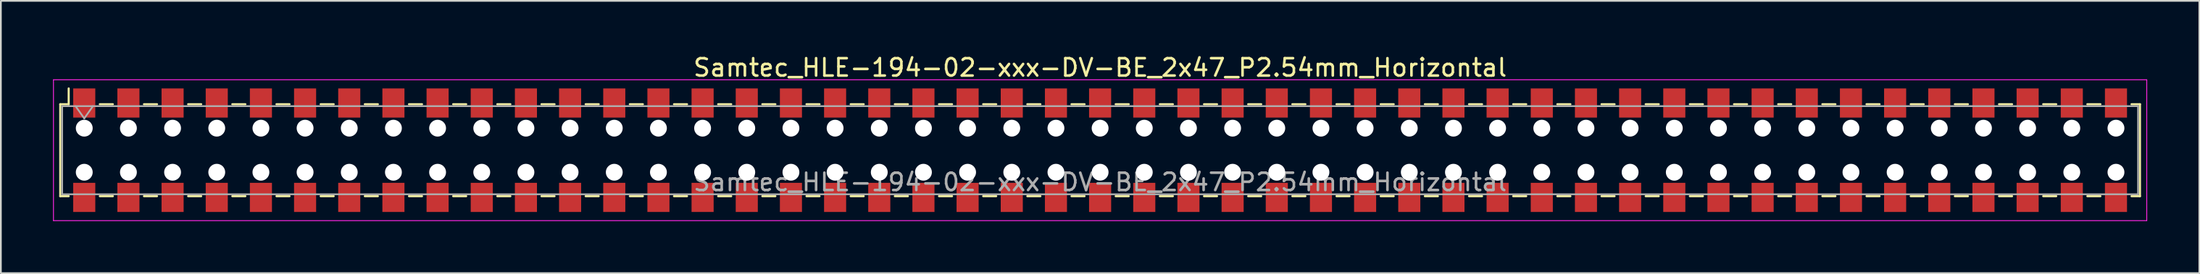
<source format=kicad_pcb>
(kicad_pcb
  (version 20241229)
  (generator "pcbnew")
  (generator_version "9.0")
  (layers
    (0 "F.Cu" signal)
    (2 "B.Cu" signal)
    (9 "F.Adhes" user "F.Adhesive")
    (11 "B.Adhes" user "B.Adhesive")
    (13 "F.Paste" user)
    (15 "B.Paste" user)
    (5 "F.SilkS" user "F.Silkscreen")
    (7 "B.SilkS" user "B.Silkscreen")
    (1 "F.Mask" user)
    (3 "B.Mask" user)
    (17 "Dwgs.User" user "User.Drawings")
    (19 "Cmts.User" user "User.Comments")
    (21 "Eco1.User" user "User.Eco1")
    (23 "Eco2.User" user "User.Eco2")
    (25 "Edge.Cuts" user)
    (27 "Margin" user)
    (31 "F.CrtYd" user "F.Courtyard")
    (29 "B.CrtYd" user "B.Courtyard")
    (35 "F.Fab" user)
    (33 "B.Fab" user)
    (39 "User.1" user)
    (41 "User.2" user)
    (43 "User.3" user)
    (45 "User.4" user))
  (footprint "Samtec_HLE-194-02-xxx-DV-BE_2x47_P2.54mm_Horizontal"
    (layer "F.Cu")
    (at 60.215 5.608)
    (property "Reference" "Samtec_HLE-194-02-xxx-DV-BE_2x47_P2.54mm_Horizontal" (at 0 -4.76 0) (layer "F.SilkS") (effects (font (size 1 1) (thickness 0.15))))
    (attr smd)
    (fp_line (start -59.8 -2.65) (end -59.8 2.65) (stroke (width 0.12) (type solid)) (layer "F.SilkS"))
    (fp_line (start -59.8 2.65) (end -59.315 2.65) (stroke (width 0.12) (type solid)) (layer "F.SilkS"))
    (fp_line (start -59.315 -3.56) (end -59.315 -2.65) (stroke (width 0.12) (type solid)) (layer "F.SilkS"))
    (fp_line (start -59.315 -2.65) (end -59.8 -2.65) (stroke (width 0.12) (type solid)) (layer "F.SilkS"))
    (fp_line (start -57.525 -2.65) (end -56.775 -2.65) (stroke (width 0.12) (type solid)) (layer "F.SilkS"))
    (fp_line (start -57.525 2.65) (end -56.775 2.65) (stroke (width 0.12) (type solid)) (layer "F.SilkS"))
    (fp_line (start -54.985 -2.65) (end -54.235 -2.65) (stroke (width 0.12) (type solid)) (layer "F.SilkS"))
    (fp_line (start -54.985 2.65) (end -54.235 2.65) (stroke (width 0.12) (type solid)) (layer "F.SilkS"))
    (fp_line (start -52.445 -2.65) (end -51.695 -2.65) (stroke (width 0.12) (type solid)) (layer "F.SilkS"))
    (fp_line (start -52.445 2.65) (end -51.695 2.65) (stroke (width 0.12) (type solid)) (layer "F.SilkS"))
    (fp_line (start -49.905 -2.65) (end -49.155 -2.65) (stroke (width 0.12) (type solid)) (layer "F.SilkS"))
    (fp_line (start -49.905 2.65) (end -49.155 2.65) (stroke (width 0.12) (type solid)) (layer "F.SilkS"))
    (fp_line (start -47.365 -2.65) (end -46.615 -2.65) (stroke (width 0.12) (type solid)) (layer "F.SilkS"))
    (fp_line (start -47.365 2.65) (end -46.615 2.65) (stroke (width 0.12) (type solid)) (layer "F.SilkS"))
    (fp_line (start -44.825 -2.65) (end -44.075 -2.65) (stroke (width 0.12) (type solid)) (layer "F.SilkS"))
    (fp_line (start -44.825 2.65) (end -44.075 2.65) (stroke (width 0.12) (type solid)) (layer "F.SilkS"))
    (fp_line (start -42.285 -2.65) (end -41.535 -2.65) (stroke (width 0.12) (type solid)) (layer "F.SilkS"))
    (fp_line (start -42.285 2.65) (end -41.535 2.65) (stroke (width 0.12) (type solid)) (layer "F.SilkS"))
    (fp_line (start -39.745 -2.65) (end -38.995 -2.65) (stroke (width 0.12) (type solid)) (layer "F.SilkS"))
    (fp_line (start -39.745 2.65) (end -38.995 2.65) (stroke (width 0.12) (type solid)) (layer "F.SilkS"))
    (fp_line (start -37.205 -2.65) (end -36.455 -2.65) (stroke (width 0.12) (type solid)) (layer "F.SilkS"))
    (fp_line (start -37.205 2.65) (end -36.455 2.65) (stroke (width 0.12) (type solid)) (layer "F.SilkS"))
    (fp_line (start -34.665 -2.65) (end -33.915 -2.65) (stroke (width 0.12) (type solid)) (layer "F.SilkS"))
    (fp_line (start -34.665 2.65) (end -33.915 2.65) (stroke (width 0.12) (type solid)) (layer "F.SilkS"))
    (fp_line (start -32.125 -2.65) (end -31.375 -2.65) (stroke (width 0.12) (type solid)) (layer "F.SilkS"))
    (fp_line (start -32.125 2.65) (end -31.375 2.65) (stroke (width 0.12) (type solid)) (layer "F.SilkS"))
    (fp_line (start -29.585 -2.65) (end -28.835 -2.65) (stroke (width 0.12) (type solid)) (layer "F.SilkS"))
    (fp_line (start -29.585 2.65) (end -28.835 2.65) (stroke (width 0.12) (type solid)) (layer "F.SilkS"))
    (fp_line (start -27.045 -2.65) (end -26.295 -2.65) (stroke (width 0.12) (type solid)) (layer "F.SilkS"))
    (fp_line (start -27.045 2.65) (end -26.295 2.65) (stroke (width 0.12) (type solid)) (layer "F.SilkS"))
    (fp_line (start -24.505 -2.65) (end -23.755 -2.65) (stroke (width 0.12) (type solid)) (layer "F.SilkS"))
    (fp_line (start -24.505 2.65) (end -23.755 2.65) (stroke (width 0.12) (type solid)) (layer "F.SilkS"))
    (fp_line (start -21.965 -2.65) (end -21.215 -2.65) (stroke (width 0.12) (type solid)) (layer "F.SilkS"))
    (fp_line (start -21.965 2.65) (end -21.215 2.65) (stroke (width 0.12) (type solid)) (layer "F.SilkS"))
    (fp_line (start -19.425 -2.65) (end -18.675 -2.65) (stroke (width 0.12) (type solid)) (layer "F.SilkS"))
    (fp_line (start -19.425 2.65) (end -18.675 2.65) (stroke (width 0.12) (type solid)) (layer "F.SilkS"))
    (fp_line (start -16.885 -2.65) (end -16.135 -2.65) (stroke (width 0.12) (type solid)) (layer "F.SilkS"))
    (fp_line (start -16.885 2.65) (end -16.135 2.65) (stroke (width 0.12) (type solid)) (layer "F.SilkS"))
    (fp_line (start -14.345 -2.65) (end -13.595 -2.65) (stroke (width 0.12) (type solid)) (layer "F.SilkS"))
    (fp_line (start -14.345 2.65) (end -13.595 2.65) (stroke (width 0.12) (type solid)) (layer "F.SilkS"))
    (fp_line (start -11.805 -2.65) (end -11.055 -2.65) (stroke (width 0.12) (type solid)) (layer "F.SilkS"))
    (fp_line (start -11.805 2.65) (end -11.055 2.65) (stroke (width 0.12) (type solid)) (layer "F.SilkS"))
    (fp_line (start -9.265 -2.65) (end -8.515 -2.65) (stroke (width 0.12) (type solid)) (layer "F.SilkS"))
    (fp_line (start -9.265 2.65) (end -8.515 2.65) (stroke (width 0.12) (type solid)) (layer "F.SilkS"))
    (fp_line (start -6.725 -2.65) (end -5.975 -2.65) (stroke (width 0.12) (type solid)) (layer "F.SilkS"))
    (fp_line (start -6.725 2.65) (end -5.975 2.65) (stroke (width 0.12) (type solid)) (layer "F.SilkS"))
    (fp_line (start -4.185 -2.65) (end -3.435 -2.65) (stroke (width 0.12) (type solid)) (layer "F.SilkS"))
    (fp_line (start -4.185 2.65) (end -3.435 2.65) (stroke (width 0.12) (type solid)) (layer "F.SilkS"))
    (fp_line (start -1.645 -2.65) (end -0.895 -2.65) (stroke (width 0.12) (type solid)) (layer "F.SilkS"))
    (fp_line (start -1.645 2.65) (end -0.895 2.65) (stroke (width 0.12) (type solid)) (layer "F.SilkS"))
    (fp_line (start 0.895 -2.65) (end 1.645 -2.65) (stroke (width 0.12) (type solid)) (layer "F.SilkS"))
    (fp_line (start 0.895 2.65) (end 1.645 2.65) (stroke (width 0.12) (type solid)) (layer "F.SilkS"))
    (fp_line (start 3.435 -2.65) (end 4.185 -2.65) (stroke (width 0.12) (type solid)) (layer "F.SilkS"))
    (fp_line (start 3.435 2.65) (end 4.185 2.65) (stroke (width 0.12) (type solid)) (layer "F.SilkS"))
    (fp_line (start 5.975 -2.65) (end 6.725 -2.65) (stroke (width 0.12) (type solid)) (layer "F.SilkS"))
    (fp_line (start 5.975 2.65) (end 6.725 2.65) (stroke (width 0.12) (type solid)) (layer "F.SilkS"))
    (fp_line (start 8.515 -2.65) (end 9.265 -2.65) (stroke (width 0.12) (type solid)) (layer "F.SilkS"))
    (fp_line (start 8.515 2.65) (end 9.265 2.65) (stroke (width 0.12) (type solid)) (layer "F.SilkS"))
    (fp_line (start 11.055 -2.65) (end 11.805 -2.65) (stroke (width 0.12) (type solid)) (layer "F.SilkS"))
    (fp_line (start 11.055 2.65) (end 11.805 2.65) (stroke (width 0.12) (type solid)) (layer "F.SilkS"))
    (fp_line (start 13.595 -2.65) (end 14.345 -2.65) (stroke (width 0.12) (type solid)) (layer "F.SilkS"))
    (fp_line (start 13.595 2.65) (end 14.345 2.65) (stroke (width 0.12) (type solid)) (layer "F.SilkS"))
    (fp_line (start 16.135 -2.65) (end 16.885 -2.65) (stroke (width 0.12) (type solid)) (layer "F.SilkS"))
    (fp_line (start 16.135 2.65) (end 16.885 2.65) (stroke (width 0.12) (type solid)) (layer "F.SilkS"))
    (fp_line (start 18.675 -2.65) (end 19.425 -2.65) (stroke (width 0.12) (type solid)) (layer "F.SilkS"))
    (fp_line (start 18.675 2.65) (end 19.425 2.65) (stroke (width 0.12) (type solid)) (layer "F.SilkS"))
    (fp_line (start 21.215 -2.65) (end 21.965 -2.65) (stroke (width 0.12) (type solid)) (layer "F.SilkS"))
    (fp_line (start 21.215 2.65) (end 21.965 2.65) (stroke (width 0.12) (type solid)) (layer "F.SilkS"))
    (fp_line (start 23.755 -2.65) (end 24.505 -2.65) (stroke (width 0.12) (type solid)) (layer "F.SilkS"))
    (fp_line (start 23.755 2.65) (end 24.505 2.65) (stroke (width 0.12) (type solid)) (layer "F.SilkS"))
    (fp_line (start 26.295 -2.65) (end 27.045 -2.65) (stroke (width 0.12) (type solid)) (layer "F.SilkS"))
    (fp_line (start 26.295 2.65) (end 27.045 2.65) (stroke (width 0.12) (type solid)) (layer "F.SilkS"))
    (fp_line (start 28.835 -2.65) (end 29.585 -2.65) (stroke (width 0.12) (type solid)) (layer "F.SilkS"))
    (fp_line (start 28.835 2.65) (end 29.585 2.65) (stroke (width 0.12) (type solid)) (layer "F.SilkS"))
    (fp_line (start 31.375 -2.65) (end 32.125 -2.65) (stroke (width 0.12) (type solid)) (layer "F.SilkS"))
    (fp_line (start 31.375 2.65) (end 32.125 2.65) (stroke (width 0.12) (type solid)) (layer "F.SilkS"))
    (fp_line (start 33.915 -2.65) (end 34.665 -2.65) (stroke (width 0.12) (type solid)) (layer "F.SilkS"))
    (fp_line (start 33.915 2.65) (end 34.665 2.65) (stroke (width 0.12) (type solid)) (layer "F.SilkS"))
    (fp_line (start 36.455 -2.65) (end 37.205 -2.65) (stroke (width 0.12) (type solid)) (layer "F.SilkS"))
    (fp_line (start 36.455 2.65) (end 37.205 2.65) (stroke (width 0.12) (type solid)) (layer "F.SilkS"))
    (fp_line (start 38.995 -2.65) (end 39.745 -2.65) (stroke (width 0.12) (type solid)) (layer "F.SilkS"))
    (fp_line (start 38.995 2.65) (end 39.745 2.65) (stroke (width 0.12) (type solid)) (layer "F.SilkS"))
    (fp_line (start 41.535 -2.65) (end 42.285 -2.65) (stroke (width 0.12) (type solid)) (layer "F.SilkS"))
    (fp_line (start 41.535 2.65) (end 42.285 2.65) (stroke (width 0.12) (type solid)) (layer "F.SilkS"))
    (fp_line (start 44.075 -2.65) (end 44.825 -2.65) (stroke (width 0.12) (type solid)) (layer "F.SilkS"))
    (fp_line (start 44.075 2.65) (end 44.825 2.65) (stroke (width 0.12) (type solid)) (layer "F.SilkS"))
    (fp_line (start 46.615 -2.65) (end 47.365 -2.65) (stroke (width 0.12) (type solid)) (layer "F.SilkS"))
    (fp_line (start 46.615 2.65) (end 47.365 2.65) (stroke (width 0.12) (type solid)) (layer "F.SilkS"))
    (fp_line (start 49.155 -2.65) (end 49.905 -2.65) (stroke (width 0.12) (type solid)) (layer "F.SilkS"))
    (fp_line (start 49.155 2.65) (end 49.905 2.65) (stroke (width 0.12) (type solid)) (layer "F.SilkS"))
    (fp_line (start 51.695 -2.65) (end 52.445 -2.65) (stroke (width 0.12) (type solid)) (layer "F.SilkS"))
    (fp_line (start 51.695 2.65) (end 52.445 2.65) (stroke (width 0.12) (type solid)) (layer "F.SilkS"))
    (fp_line (start 54.235 -2.65) (end 54.985 -2.65) (stroke (width 0.12) (type solid)) (layer "F.SilkS"))
    (fp_line (start 54.235 2.65) (end 54.985 2.65) (stroke (width 0.12) (type solid)) (layer "F.SilkS"))
    (fp_line (start 56.775 -2.65) (end 57.525 -2.65) (stroke (width 0.12) (type solid)) (layer "F.SilkS"))
    (fp_line (start 56.775 2.65) (end 57.525 2.65) (stroke (width 0.12) (type solid)) (layer "F.SilkS"))
    (fp_line (start 59.315 -2.65) (end 59.8 -2.65) (stroke (width 0.12) (type solid)) (layer "F.SilkS"))
    (fp_line (start 59.8 -2.65) (end 59.8 2.65) (stroke (width 0.12) (type solid)) (layer "F.SilkS"))
    (fp_line (start 59.8 2.65) (end 59.315 2.65) (stroke (width 0.12) (type solid)) (layer "F.SilkS"))
    (fp_line (start -60.19 -4.06) (end 60.19 -4.06) (stroke (width 0.05) (type solid)) (layer "F.CrtYd"))
    (fp_line (start -60.19 4.06) (end -60.19 -4.06) (stroke (width 0.05) (type solid)) (layer "F.CrtYd"))
    (fp_line (start 60.19 -4.06) (end 60.19 4.06) (stroke (width 0.05) (type solid)) (layer "F.CrtYd"))
    (fp_line (start 60.19 4.06) (end -60.19 4.06) (stroke (width 0.05) (type solid)) (layer "F.CrtYd"))
    (fp_line (start -59.69 -2.54) (end 59.69 -2.54) (stroke (width 0.1) (type solid)) (layer "F.Fab"))
    (fp_line (start -59.69 2.54) (end -59.69 -2.54) (stroke (width 0.1) (type solid)) (layer "F.Fab"))
    (fp_line (start -58.92 -2.54) (end -58.42 -1.833) (stroke (width 0.1) (type solid)) (layer "F.Fab"))
    (fp_line (start -58.42 -1.833) (end -57.92 -2.54) (stroke (width 0.1) (type solid)) (layer "F.Fab"))
    (fp_line (start 59.69 -2.54) (end 59.69 2.54) (stroke (width 0.1) (type solid)) (layer "F.Fab"))
    (fp_line (start 59.69 2.54) (end -59.69 2.54) (stroke (width 0.1) (type solid)) (layer "F.Fab"))
    (fp_text user "${REFERENCE}" (at 0 1.84 0) (layer "F.Fab") (effects (font (size 1 1) (thickness 0.15))))
    (pad "" np_thru_hole circle (at -58.42 -1.27) (size 0.97 0.97) (drill 0.97) (layers "*.Cu" "*.Mask"))
    (pad "" np_thru_hole circle (at -58.42 1.27) (size 0.97 0.97) (drill 0.97) (layers "*.Cu" "*.Mask"))
    (pad "" np_thru_hole circle (at -55.88 -1.27) (size 0.97 0.97) (drill 0.97) (layers "*.Cu" "*.Mask"))
    (pad "" np_thru_hole circle (at -55.88 1.27) (size 0.97 0.97) (drill 0.97) (layers "*.Cu" "*.Mask"))
    (pad "" np_thru_hole circle (at -53.34 -1.27) (size 0.97 0.97) (drill 0.97) (layers "*.Cu" "*.Mask"))
    (pad "" np_thru_hole circle (at -53.34 1.27) (size 0.97 0.97) (drill 0.97) (layers "*.Cu" "*.Mask"))
    (pad "" np_thru_hole circle (at -50.8 -1.27) (size 0.97 0.97) (drill 0.97) (layers "*.Cu" "*.Mask"))
    (pad "" np_thru_hole circle (at -50.8 1.27) (size 0.97 0.97) (drill 0.97) (layers "*.Cu" "*.Mask"))
    (pad "" np_thru_hole circle (at -48.26 -1.27) (size 0.97 0.97) (drill 0.97) (layers "*.Cu" "*.Mask"))
    (pad "" np_thru_hole circle (at -48.26 1.27) (size 0.97 0.97) (drill 0.97) (layers "*.Cu" "*.Mask"))
    (pad "" np_thru_hole circle (at -45.72 -1.27) (size 0.97 0.97) (drill 0.97) (layers "*.Cu" "*.Mask"))
    (pad "" np_thru_hole circle (at -45.72 1.27) (size 0.97 0.97) (drill 0.97) (layers "*.Cu" "*.Mask"))
    (pad "" np_thru_hole circle (at -43.18 -1.27) (size 0.97 0.97) (drill 0.97) (layers "*.Cu" "*.Mask"))
    (pad "" np_thru_hole circle (at -43.18 1.27) (size 0.97 0.97) (drill 0.97) (layers "*.Cu" "*.Mask"))
    (pad "" np_thru_hole circle (at -40.64 -1.27) (size 0.97 0.97) (drill 0.97) (layers "*.Cu" "*.Mask"))
    (pad "" np_thru_hole circle (at -40.64 1.27) (size 0.97 0.97) (drill 0.97) (layers "*.Cu" "*.Mask"))
    (pad "" np_thru_hole circle (at -38.1 -1.27) (size 0.97 0.97) (drill 0.97) (layers "*.Cu" "*.Mask"))
    (pad "" np_thru_hole circle (at -38.1 1.27) (size 0.97 0.97) (drill 0.97) (layers "*.Cu" "*.Mask"))
    (pad "" np_thru_hole circle (at -35.56 -1.27) (size 0.97 0.97) (drill 0.97) (layers "*.Cu" "*.Mask"))
    (pad "" np_thru_hole circle (at -35.56 1.27) (size 0.97 0.97) (drill 0.97) (layers "*.Cu" "*.Mask"))
    (pad "" np_thru_hole circle (at -33.02 -1.27) (size 0.97 0.97) (drill 0.97) (layers "*.Cu" "*.Mask"))
    (pad "" np_thru_hole circle (at -33.02 1.27) (size 0.97 0.97) (drill 0.97) (layers "*.Cu" "*.Mask"))
    (pad "" np_thru_hole circle (at -30.48 -1.27) (size 0.97 0.97) (drill 0.97) (layers "*.Cu" "*.Mask"))
    (pad "" np_thru_hole circle (at -30.48 1.27) (size 0.97 0.97) (drill 0.97) (layers "*.Cu" "*.Mask"))
    (pad "" np_thru_hole circle (at -27.94 -1.27) (size 0.97 0.97) (drill 0.97) (layers "*.Cu" "*.Mask"))
    (pad "" np_thru_hole circle (at -27.94 1.27) (size 0.97 0.97) (drill 0.97) (layers "*.Cu" "*.Mask"))
    (pad "" np_thru_hole circle (at -25.4 -1.27) (size 0.97 0.97) (drill 0.97) (layers "*.Cu" "*.Mask"))
    (pad "" np_thru_hole circle (at -25.4 1.27) (size 0.97 0.97) (drill 0.97) (layers "*.Cu" "*.Mask"))
    (pad "" np_thru_hole circle (at -22.86 -1.27) (size 0.97 0.97) (drill 0.97) (layers "*.Cu" "*.Mask"))
    (pad "" np_thru_hole circle (at -22.86 1.27) (size 0.97 0.97) (drill 0.97) (layers "*.Cu" "*.Mask"))
    (pad "" np_thru_hole circle (at -20.32 -1.27) (size 0.97 0.97) (drill 0.97) (layers "*.Cu" "*.Mask"))
    (pad "" np_thru_hole circle (at -20.32 1.27) (size 0.97 0.97) (drill 0.97) (layers "*.Cu" "*.Mask"))
    (pad "" np_thru_hole circle (at -17.78 -1.27) (size 0.97 0.97) (drill 0.97) (layers "*.Cu" "*.Mask"))
    (pad "" np_thru_hole circle (at -17.78 1.27) (size 0.97 0.97) (drill 0.97) (layers "*.Cu" "*.Mask"))
    (pad "" np_thru_hole circle (at -15.24 -1.27) (size 0.97 0.97) (drill 0.97) (layers "*.Cu" "*.Mask"))
    (pad "" np_thru_hole circle (at -15.24 1.27) (size 0.97 0.97) (drill 0.97) (layers "*.Cu" "*.Mask"))
    (pad "" np_thru_hole circle (at -12.7 -1.27) (size 0.97 0.97) (drill 0.97) (layers "*.Cu" "*.Mask"))
    (pad "" np_thru_hole circle (at -12.7 1.27) (size 0.97 0.97) (drill 0.97) (layers "*.Cu" "*.Mask"))
    (pad "" np_thru_hole circle (at -10.16 -1.27) (size 0.97 0.97) (drill 0.97) (layers "*.Cu" "*.Mask"))
    (pad "" np_thru_hole circle (at -10.16 1.27) (size 0.97 0.97) (drill 0.97) (layers "*.Cu" "*.Mask"))
    (pad "" np_thru_hole circle (at -7.62 -1.27) (size 0.97 0.97) (drill 0.97) (layers "*.Cu" "*.Mask"))
    (pad "" np_thru_hole circle (at -7.62 1.27) (size 0.97 0.97) (drill 0.97) (layers "*.Cu" "*.Mask"))
    (pad "" np_thru_hole circle (at -5.08 -1.27) (size 0.97 0.97) (drill 0.97) (layers "*.Cu" "*.Mask"))
    (pad "" np_thru_hole circle (at -5.08 1.27) (size 0.97 0.97) (drill 0.97) (layers "*.Cu" "*.Mask"))
    (pad "" np_thru_hole circle (at -2.54 -1.27) (size 0.97 0.97) (drill 0.97) (layers "*.Cu" "*.Mask"))
    (pad "" np_thru_hole circle (at -2.54 1.27) (size 0.97 0.97) (drill 0.97) (layers "*.Cu" "*.Mask"))
    (pad "" np_thru_hole circle (at 0 -1.27) (size 0.97 0.97) (drill 0.97) (layers "*.Cu" "*.Mask"))
    (pad "" np_thru_hole circle (at 0 1.27) (size 0.97 0.97) (drill 0.97) (layers "*.Cu" "*.Mask"))
    (pad "" np_thru_hole circle (at 2.54 -1.27) (size 0.97 0.97) (drill 0.97) (layers "*.Cu" "*.Mask"))
    (pad "" np_thru_hole circle (at 2.54 1.27) (size 0.97 0.97) (drill 0.97) (layers "*.Cu" "*.Mask"))
    (pad "" np_thru_hole circle (at 5.08 -1.27) (size 0.97 0.97) (drill 0.97) (layers "*.Cu" "*.Mask"))
    (pad "" np_thru_hole circle (at 5.08 1.27) (size 0.97 0.97) (drill 0.97) (layers "*.Cu" "*.Mask"))
    (pad "" np_thru_hole circle (at 7.62 -1.27) (size 0.97 0.97) (drill 0.97) (layers "*.Cu" "*.Mask"))
    (pad "" np_thru_hole circle (at 7.62 1.27) (size 0.97 0.97) (drill 0.97) (layers "*.Cu" "*.Mask"))
    (pad "" np_thru_hole circle (at 10.16 -1.27) (size 0.97 0.97) (drill 0.97) (layers "*.Cu" "*.Mask"))
    (pad "" np_thru_hole circle (at 10.16 1.27) (size 0.97 0.97) (drill 0.97) (layers "*.Cu" "*.Mask"))
    (pad "" np_thru_hole circle (at 12.7 -1.27) (size 0.97 0.97) (drill 0.97) (layers "*.Cu" "*.Mask"))
    (pad "" np_thru_hole circle (at 12.7 1.27) (size 0.97 0.97) (drill 0.97) (layers "*.Cu" "*.Mask"))
    (pad "" np_thru_hole circle (at 15.24 -1.27) (size 0.97 0.97) (drill 0.97) (layers "*.Cu" "*.Mask"))
    (pad "" np_thru_hole circle (at 15.24 1.27) (size 0.97 0.97) (drill 0.97) (layers "*.Cu" "*.Mask"))
    (pad "" np_thru_hole circle (at 17.78 -1.27) (size 0.97 0.97) (drill 0.97) (layers "*.Cu" "*.Mask"))
    (pad "" np_thru_hole circle (at 17.78 1.27) (size 0.97 0.97) (drill 0.97) (layers "*.Cu" "*.Mask"))
    (pad "" np_thru_hole circle (at 20.32 -1.27) (size 0.97 0.97) (drill 0.97) (layers "*.Cu" "*.Mask"))
    (pad "" np_thru_hole circle (at 20.32 1.27) (size 0.97 0.97) (drill 0.97) (layers "*.Cu" "*.Mask"))
    (pad "" np_thru_hole circle (at 22.86 -1.27) (size 0.97 0.97) (drill 0.97) (layers "*.Cu" "*.Mask"))
    (pad "" np_thru_hole circle (at 22.86 1.27) (size 0.97 0.97) (drill 0.97) (layers "*.Cu" "*.Mask"))
    (pad "" np_thru_hole circle (at 25.4 -1.27) (size 0.97 0.97) (drill 0.97) (layers "*.Cu" "*.Mask"))
    (pad "" np_thru_hole circle (at 25.4 1.27) (size 0.97 0.97) (drill 0.97) (layers "*.Cu" "*.Mask"))
    (pad "" np_thru_hole circle (at 27.94 -1.27) (size 0.97 0.97) (drill 0.97) (layers "*.Cu" "*.Mask"))
    (pad "" np_thru_hole circle (at 27.94 1.27) (size 0.97 0.97) (drill 0.97) (layers "*.Cu" "*.Mask"))
    (pad "" np_thru_hole circle (at 30.48 -1.27) (size 0.97 0.97) (drill 0.97) (layers "*.Cu" "*.Mask"))
    (pad "" np_thru_hole circle (at 30.48 1.27) (size 0.97 0.97) (drill 0.97) (layers "*.Cu" "*.Mask"))
    (pad "" np_thru_hole circle (at 33.02 -1.27) (size 0.97 0.97) (drill 0.97) (layers "*.Cu" "*.Mask"))
    (pad "" np_thru_hole circle (at 33.02 1.27) (size 0.97 0.97) (drill 0.97) (layers "*.Cu" "*.Mask"))
    (pad "" np_thru_hole circle (at 35.56 -1.27) (size 0.97 0.97) (drill 0.97) (layers "*.Cu" "*.Mask"))
    (pad "" np_thru_hole circle (at 35.56 1.27) (size 0.97 0.97) (drill 0.97) (layers "*.Cu" "*.Mask"))
    (pad "" np_thru_hole circle (at 38.1 -1.27) (size 0.97 0.97) (drill 0.97) (layers "*.Cu" "*.Mask"))
    (pad "" np_thru_hole circle (at 38.1 1.27) (size 0.97 0.97) (drill 0.97) (layers "*.Cu" "*.Mask"))
    (pad "" np_thru_hole circle (at 40.64 -1.27) (size 0.97 0.97) (drill 0.97) (layers "*.Cu" "*.Mask"))
    (pad "" np_thru_hole circle (at 40.64 1.27) (size 0.97 0.97) (drill 0.97) (layers "*.Cu" "*.Mask"))
    (pad "" np_thru_hole circle (at 43.18 -1.27) (size 0.97 0.97) (drill 0.97) (layers "*.Cu" "*.Mask"))
    (pad "" np_thru_hole circle (at 43.18 1.27) (size 0.97 0.97) (drill 0.97) (layers "*.Cu" "*.Mask"))
    (pad "" np_thru_hole circle (at 45.72 -1.27) (size 0.97 0.97) (drill 0.97) (layers "*.Cu" "*.Mask"))
    (pad "" np_thru_hole circle (at 45.72 1.27) (size 0.97 0.97) (drill 0.97) (layers "*.Cu" "*.Mask"))
    (pad "" np_thru_hole circle (at 48.26 -1.27) (size 0.97 0.97) (drill 0.97) (layers "*.Cu" "*.Mask"))
    (pad "" np_thru_hole circle (at 48.26 1.27) (size 0.97 0.97) (drill 0.97) (layers "*.Cu" "*.Mask"))
    (pad "" np_thru_hole circle (at 50.8 -1.27) (size 0.97 0.97) (drill 0.97) (layers "*.Cu" "*.Mask"))
    (pad "" np_thru_hole circle (at 50.8 1.27) (size 0.97 0.97) (drill 0.97) (layers "*.Cu" "*.Mask"))
    (pad "" np_thru_hole circle (at 53.34 -1.27) (size 0.97 0.97) (drill 0.97) (layers "*.Cu" "*.Mask"))
    (pad "" np_thru_hole circle (at 53.34 1.27) (size 0.97 0.97) (drill 0.97) (layers "*.Cu" "*.Mask"))
    (pad "" np_thru_hole circle (at 55.88 -1.27) (size 0.97 0.97) (drill 0.97) (layers "*.Cu" "*.Mask"))
    (pad "" np_thru_hole circle (at 55.88 1.27) (size 0.97 0.97) (drill 0.97) (layers "*.Cu" "*.Mask"))
    (pad "" np_thru_hole circle (at 58.42 -1.27) (size 0.97 0.97) (drill 0.97) (layers "*.Cu" "*.Mask"))
    (pad "" np_thru_hole circle (at 58.42 1.27) (size 0.97 0.97) (drill 0.97) (layers "*.Cu" "*.Mask"))
    (pad "1" smd rect (at -58.42 -2.72) (size 1.27 1.68) (layers "F.Cu" "F.Mask" "F.Paste"))
    (pad "2" smd rect (at -58.42 2.72) (size 1.27 1.68) (layers "F.Cu" "F.Mask" "F.Paste"))
    (pad "3" smd rect (at -55.88 -2.72) (size 1.27 1.68) (layers "F.Cu" "F.Mask" "F.Paste"))
    (pad "4" smd rect (at -55.88 2.72) (size 1.27 1.68) (layers "F.Cu" "F.Mask" "F.Paste"))
    (pad "5" smd rect (at -53.34 -2.72) (size 1.27 1.68) (layers "F.Cu" "F.Mask" "F.Paste"))
    (pad "6" smd rect (at -53.34 2.72) (size 1.27 1.68) (layers "F.Cu" "F.Mask" "F.Paste"))
    (pad "7" smd rect (at -50.8 -2.72) (size 1.27 1.68) (layers "F.Cu" "F.Mask" "F.Paste"))
    (pad "8" smd rect (at -50.8 2.72) (size 1.27 1.68) (layers "F.Cu" "F.Mask" "F.Paste"))
    (pad "9" smd rect (at -48.26 -2.72) (size 1.27 1.68) (layers "F.Cu" "F.Mask" "F.Paste"))
    (pad "10" smd rect (at -48.26 2.72) (size 1.27 1.68) (layers "F.Cu" "F.Mask" "F.Paste"))
    (pad "11" smd rect (at -45.72 -2.72) (size 1.27 1.68) (layers "F.Cu" "F.Mask" "F.Paste"))
    (pad "12" smd rect (at -45.72 2.72) (size 1.27 1.68) (layers "F.Cu" "F.Mask" "F.Paste"))
    (pad "13" smd rect (at -43.18 -2.72) (size 1.27 1.68) (layers "F.Cu" "F.Mask" "F.Paste"))
    (pad "14" smd rect (at -43.18 2.72) (size 1.27 1.68) (layers "F.Cu" "F.Mask" "F.Paste"))
    (pad "15" smd rect (at -40.64 -2.72) (size 1.27 1.68) (layers "F.Cu" "F.Mask" "F.Paste"))
    (pad "16" smd rect (at -40.64 2.72) (size 1.27 1.68) (layers "F.Cu" "F.Mask" "F.Paste"))
    (pad "17" smd rect (at -38.1 -2.72) (size 1.27 1.68) (layers "F.Cu" "F.Mask" "F.Paste"))
    (pad "18" smd rect (at -38.1 2.72) (size 1.27 1.68) (layers "F.Cu" "F.Mask" "F.Paste"))
    (pad "19" smd rect (at -35.56 -2.72) (size 1.27 1.68) (layers "F.Cu" "F.Mask" "F.Paste"))
    (pad "20" smd rect (at -35.56 2.72) (size 1.27 1.68) (layers "F.Cu" "F.Mask" "F.Paste"))
    (pad "21" smd rect (at -33.02 -2.72) (size 1.27 1.68) (layers "F.Cu" "F.Mask" "F.Paste"))
    (pad "22" smd rect (at -33.02 2.72) (size 1.27 1.68) (layers "F.Cu" "F.Mask" "F.Paste"))
    (pad "23" smd rect (at -30.48 -2.72) (size 1.27 1.68) (layers "F.Cu" "F.Mask" "F.Paste"))
    (pad "24" smd rect (at -30.48 2.72) (size 1.27 1.68) (layers "F.Cu" "F.Mask" "F.Paste"))
    (pad "25" smd rect (at -27.94 -2.72) (size 1.27 1.68) (layers "F.Cu" "F.Mask" "F.Paste"))
    (pad "26" smd rect (at -27.94 2.72) (size 1.27 1.68) (layers "F.Cu" "F.Mask" "F.Paste"))
    (pad "27" smd rect (at -25.4 -2.72) (size 1.27 1.68) (layers "F.Cu" "F.Mask" "F.Paste"))
    (pad "28" smd rect (at -25.4 2.72) (size 1.27 1.68) (layers "F.Cu" "F.Mask" "F.Paste"))
    (pad "29" smd rect (at -22.86 -2.72) (size 1.27 1.68) (layers "F.Cu" "F.Mask" "F.Paste"))
    (pad "30" smd rect (at -22.86 2.72) (size 1.27 1.68) (layers "F.Cu" "F.Mask" "F.Paste"))
    (pad "31" smd rect (at -20.32 -2.72) (size 1.27 1.68) (layers "F.Cu" "F.Mask" "F.Paste"))
    (pad "32" smd rect (at -20.32 2.72) (size 1.27 1.68) (layers "F.Cu" "F.Mask" "F.Paste"))
    (pad "33" smd rect (at -17.78 -2.72) (size 1.27 1.68) (layers "F.Cu" "F.Mask" "F.Paste"))
    (pad "34" smd rect (at -17.78 2.72) (size 1.27 1.68) (layers "F.Cu" "F.Mask" "F.Paste"))
    (pad "35" smd rect (at -15.24 -2.72) (size 1.27 1.68) (layers "F.Cu" "F.Mask" "F.Paste"))
    (pad "36" smd rect (at -15.24 2.72) (size 1.27 1.68) (layers "F.Cu" "F.Mask" "F.Paste"))
    (pad "37" smd rect (at -12.7 -2.72) (size 1.27 1.68) (layers "F.Cu" "F.Mask" "F.Paste"))
    (pad "38" smd rect (at -12.7 2.72) (size 1.27 1.68) (layers "F.Cu" "F.Mask" "F.Paste"))
    (pad "39" smd rect (at -10.16 -2.72) (size 1.27 1.68) (layers "F.Cu" "F.Mask" "F.Paste"))
    (pad "40" smd rect (at -10.16 2.72) (size 1.27 1.68) (layers "F.Cu" "F.Mask" "F.Paste"))
    (pad "41" smd rect (at -7.62 -2.72) (size 1.27 1.68) (layers "F.Cu" "F.Mask" "F.Paste"))
    (pad "42" smd rect (at -7.62 2.72) (size 1.27 1.68) (layers "F.Cu" "F.Mask" "F.Paste"))
    (pad "43" smd rect (at -5.08 -2.72) (size 1.27 1.68) (layers "F.Cu" "F.Mask" "F.Paste"))
    (pad "44" smd rect (at -5.08 2.72) (size 1.27 1.68) (layers "F.Cu" "F.Mask" "F.Paste"))
    (pad "45" smd rect (at -2.54 -2.72) (size 1.27 1.68) (layers "F.Cu" "F.Mask" "F.Paste"))
    (pad "46" smd rect (at -2.54 2.72) (size 1.27 1.68) (layers "F.Cu" "F.Mask" "F.Paste"))
    (pad "47" smd rect (at 0 -2.72) (size 1.27 1.68) (layers "F.Cu" "F.Mask" "F.Paste"))
    (pad "48" smd rect (at 0 2.72) (size 1.27 1.68) (layers "F.Cu" "F.Mask" "F.Paste"))
    (pad "49" smd rect (at 2.54 -2.72) (size 1.27 1.68) (layers "F.Cu" "F.Mask" "F.Paste"))
    (pad "50" smd rect (at 2.54 2.72) (size 1.27 1.68) (layers "F.Cu" "F.Mask" "F.Paste"))
    (pad "51" smd rect (at 5.08 -2.72) (size 1.27 1.68) (layers "F.Cu" "F.Mask" "F.Paste"))
    (pad "52" smd rect (at 5.08 2.72) (size 1.27 1.68) (layers "F.Cu" "F.Mask" "F.Paste"))
    (pad "53" smd rect (at 7.62 -2.72) (size 1.27 1.68) (layers "F.Cu" "F.Mask" "F.Paste"))
    (pad "54" smd rect (at 7.62 2.72) (size 1.27 1.68) (layers "F.Cu" "F.Mask" "F.Paste"))
    (pad "55" smd rect (at 10.16 -2.72) (size 1.27 1.68) (layers "F.Cu" "F.Mask" "F.Paste"))
    (pad "56" smd rect (at 10.16 2.72) (size 1.27 1.68) (layers "F.Cu" "F.Mask" "F.Paste"))
    (pad "57" smd rect (at 12.7 -2.72) (size 1.27 1.68) (layers "F.Cu" "F.Mask" "F.Paste"))
    (pad "58" smd rect (at 12.7 2.72) (size 1.27 1.68) (layers "F.Cu" "F.Mask" "F.Paste"))
    (pad "59" smd rect (at 15.24 -2.72) (size 1.27 1.68) (layers "F.Cu" "F.Mask" "F.Paste"))
    (pad "60" smd rect (at 15.24 2.72) (size 1.27 1.68) (layers "F.Cu" "F.Mask" "F.Paste"))
    (pad "61" smd rect (at 17.78 -2.72) (size 1.27 1.68) (layers "F.Cu" "F.Mask" "F.Paste"))
    (pad "62" smd rect (at 17.78 2.72) (size 1.27 1.68) (layers "F.Cu" "F.Mask" "F.Paste"))
    (pad "63" smd rect (at 20.32 -2.72) (size 1.27 1.68) (layers "F.Cu" "F.Mask" "F.Paste"))
    (pad "64" smd rect (at 20.32 2.72) (size 1.27 1.68) (layers "F.Cu" "F.Mask" "F.Paste"))
    (pad "65" smd rect (at 22.86 -2.72) (size 1.27 1.68) (layers "F.Cu" "F.Mask" "F.Paste"))
    (pad "66" smd rect (at 22.86 2.72) (size 1.27 1.68) (layers "F.Cu" "F.Mask" "F.Paste"))
    (pad "67" smd rect (at 25.4 -2.72) (size 1.27 1.68) (layers "F.Cu" "F.Mask" "F.Paste"))
    (pad "68" smd rect (at 25.4 2.72) (size 1.27 1.68) (layers "F.Cu" "F.Mask" "F.Paste"))
    (pad "69" smd rect (at 27.94 -2.72) (size 1.27 1.68) (layers "F.Cu" "F.Mask" "F.Paste"))
    (pad "70" smd rect (at 27.94 2.72) (size 1.27 1.68) (layers "F.Cu" "F.Mask" "F.Paste"))
    (pad "71" smd rect (at 30.48 -2.72) (size 1.27 1.68) (layers "F.Cu" "F.Mask" "F.Paste"))
    (pad "72" smd rect (at 30.48 2.72) (size 1.27 1.68) (layers "F.Cu" "F.Mask" "F.Paste"))
    (pad "73" smd rect (at 33.02 -2.72) (size 1.27 1.68) (layers "F.Cu" "F.Mask" "F.Paste"))
    (pad "74" smd rect (at 33.02 2.72) (size 1.27 1.68) (layers "F.Cu" "F.Mask" "F.Paste"))
    (pad "75" smd rect (at 35.56 -2.72) (size 1.27 1.68) (layers "F.Cu" "F.Mask" "F.Paste"))
    (pad "76" smd rect (at 35.56 2.72) (size 1.27 1.68) (layers "F.Cu" "F.Mask" "F.Paste"))
    (pad "77" smd rect (at 38.1 -2.72) (size 1.27 1.68) (layers "F.Cu" "F.Mask" "F.Paste"))
    (pad "78" smd rect (at 38.1 2.72) (size 1.27 1.68) (layers "F.Cu" "F.Mask" "F.Paste"))
    (pad "79" smd rect (at 40.64 -2.72) (size 1.27 1.68) (layers "F.Cu" "F.Mask" "F.Paste"))
    (pad "80" smd rect (at 40.64 2.72) (size 1.27 1.68) (layers "F.Cu" "F.Mask" "F.Paste"))
    (pad "81" smd rect (at 43.18 -2.72) (size 1.27 1.68) (layers "F.Cu" "F.Mask" "F.Paste"))
    (pad "82" smd rect (at 43.18 2.72) (size 1.27 1.68) (layers "F.Cu" "F.Mask" "F.Paste"))
    (pad "83" smd rect (at 45.72 -2.72) (size 1.27 1.68) (layers "F.Cu" "F.Mask" "F.Paste"))
    (pad "84" smd rect (at 45.72 2.72) (size 1.27 1.68) (layers "F.Cu" "F.Mask" "F.Paste"))
    (pad "85" smd rect (at 48.26 -2.72) (size 1.27 1.68) (layers "F.Cu" "F.Mask" "F.Paste"))
    (pad "86" smd rect (at 48.26 2.72) (size 1.27 1.68) (layers "F.Cu" "F.Mask" "F.Paste"))
    (pad "87" smd rect (at 50.8 -2.72) (size 1.27 1.68) (layers "F.Cu" "F.Mask" "F.Paste"))
    (pad "88" smd rect (at 50.8 2.72) (size 1.27 1.68) (layers "F.Cu" "F.Mask" "F.Paste"))
    (pad "89" smd rect (at 53.34 -2.72) (size 1.27 1.68) (layers "F.Cu" "F.Mask" "F.Paste"))
    (pad "90" smd rect (at 53.34 2.72) (size 1.27 1.68) (layers "F.Cu" "F.Mask" "F.Paste"))
    (pad "91" smd rect (at 55.88 -2.72) (size 1.27 1.68) (layers "F.Cu" "F.Mask" "F.Paste"))
    (pad "92" smd rect (at 55.88 2.72) (size 1.27 1.68) (layers "F.Cu" "F.Mask" "F.Paste"))
    (pad "93" smd rect (at 58.42 -2.72) (size 1.27 1.68) (layers "F.Cu" "F.Mask" "F.Paste"))
    (pad "94" smd rect (at 58.42 2.72) (size 1.27 1.68) (layers "F.Cu" "F.Mask" "F.Paste")))
  (gr_rect
    (start -3 -3)
    (end 123.43 12.693)
    (stroke (width 0.1) (type default))
    (fill no)
    (layer "Edge.Cuts")))
</source>
